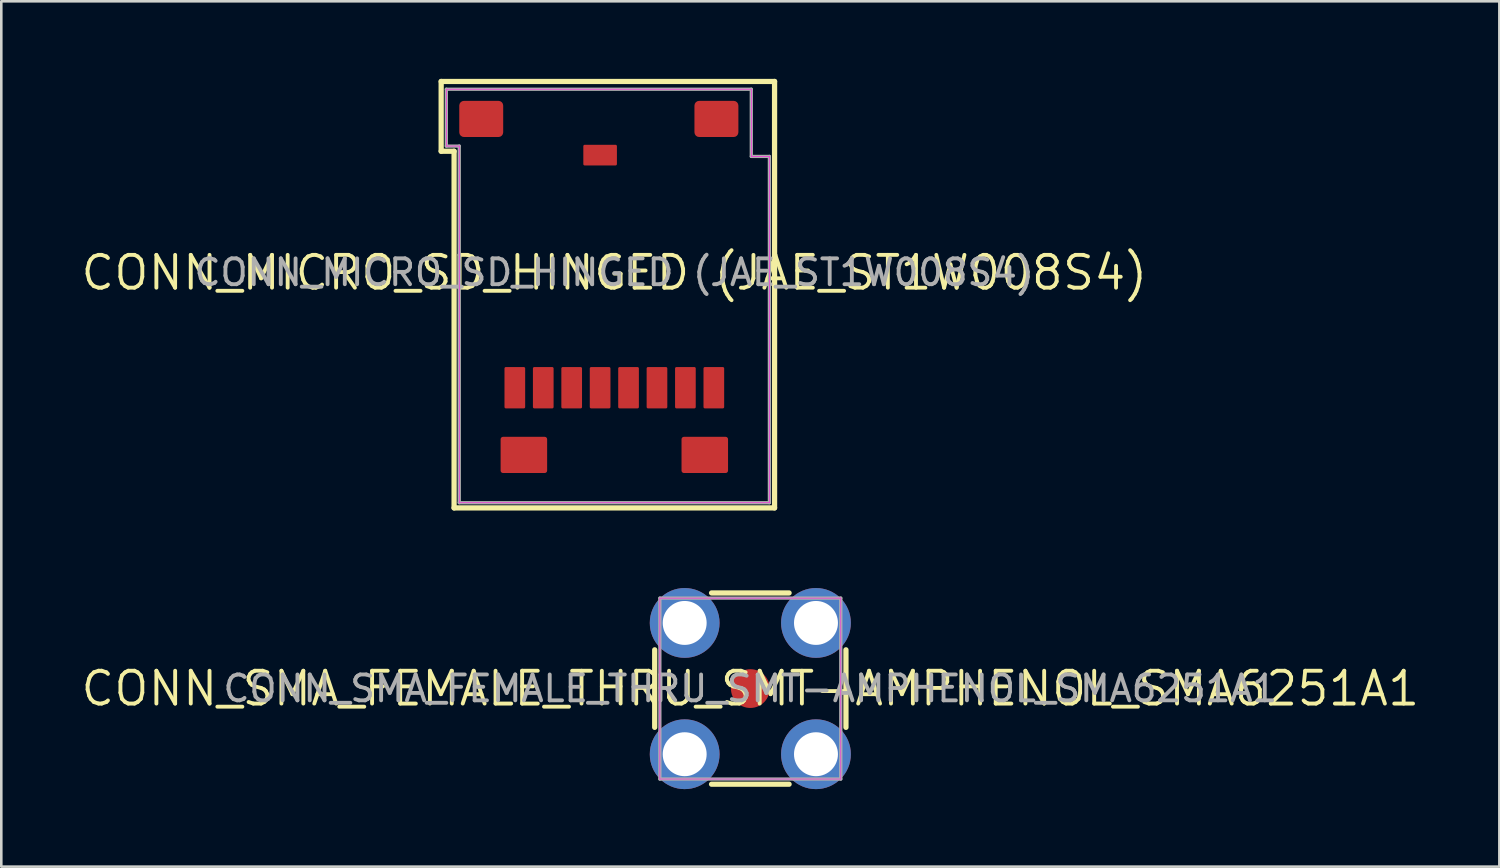
<source format=kicad_pcb>
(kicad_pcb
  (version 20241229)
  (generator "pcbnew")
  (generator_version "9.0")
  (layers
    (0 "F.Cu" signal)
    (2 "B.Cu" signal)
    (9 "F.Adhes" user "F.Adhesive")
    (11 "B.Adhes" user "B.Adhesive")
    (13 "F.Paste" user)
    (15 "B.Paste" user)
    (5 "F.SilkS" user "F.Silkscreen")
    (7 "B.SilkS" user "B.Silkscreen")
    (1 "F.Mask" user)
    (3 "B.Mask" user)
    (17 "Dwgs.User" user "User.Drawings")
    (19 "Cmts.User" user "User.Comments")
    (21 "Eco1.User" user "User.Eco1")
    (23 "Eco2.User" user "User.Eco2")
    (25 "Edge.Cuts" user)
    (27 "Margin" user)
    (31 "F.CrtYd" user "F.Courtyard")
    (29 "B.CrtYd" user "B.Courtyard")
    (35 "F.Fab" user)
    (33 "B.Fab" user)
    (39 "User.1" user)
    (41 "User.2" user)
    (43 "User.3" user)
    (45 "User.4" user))
  (footprint "CONN_SMA_FEMALE_THRU_SMT-AMPHENOL_SMA6251A1"
    (layer "F.Cu")
    (at 25.982 23.593)
    (property "Reference" "CONN_SMA_FEMALE_THRU_SMT-AMPHENOL_SMA6251A1" (at 0 0 0) (layer "F.SilkS") (effects (font (size 1.27 1.27) (thickness 0.15))))
    (fp_line (start -3.7 -1.5) (end -3.7 1.5) (stroke (width 0.203) (type solid)) (layer "F.SilkS"))
    (fp_line (start -1.5 -3.7) (end 1.5 -3.7) (stroke (width 0.203) (type solid)) (layer "F.SilkS"))
    (fp_line (start -1.5 3.7) (end 1.5 3.7) (stroke (width 0.203) (type solid)) (layer "F.SilkS"))
    (fp_line (start 3.7 -1.5) (end 3.7 1.5) (stroke (width 0.203) (type solid)) (layer "F.SilkS"))
    (fp_line (start -3.5 -3.5) (end -3.5 3.5) (stroke (width 0.025) (type solid)) (layer "F.CrtYd"))
    (fp_line (start -3.5 3.5) (end 3.5 3.5) (stroke (width 0.025) (type solid)) (layer "F.CrtYd"))
    (fp_line (start 3.5 -3.5) (end -3.5 -3.5) (stroke (width 0.025) (type solid)) (layer "F.CrtYd"))
    (fp_line (start 3.5 3.5) (end 3.5 -3.5) (stroke (width 0.025) (type solid)) (layer "F.CrtYd"))
    (fp_line (start -3.5 -3.5) (end -3.5 3.5) (stroke (width 0.127) (type solid)) (layer "F.Fab"))
    (fp_line (start -3.5 3.5) (end 3.5 3.5) (stroke (width 0.127) (type solid)) (layer "F.Fab"))
    (fp_line (start 3.5 -3.5) (end -3.5 -3.5) (stroke (width 0.127) (type solid)) (layer "F.Fab"))
    (fp_line (start 3.5 3.5) (end 3.5 -3.5) (stroke (width 0.127) (type solid)) (layer "F.Fab"))
    (fp_text user "${REFERENCE}" (at 0 0 0) (unlocked yes) (layer "F.Fab") (effects (font (size 1 1) (thickness 0.15))))
    (pad "1" smd circle (at 0 0) (size 1.5 1.5) (layers "F.Cu" "F.Mask" "F.Paste"))
    (pad "2" thru_hole circle (at -2.54 2.54) (size 2.7 2.7) (drill 1.7) (layers "*.Cu" "*.Mask"))
    (pad "3" thru_hole circle (at 2.54 2.54) (size 2.7 2.7) (drill 1.7) (layers "*.Cu" "*.Mask"))
    (pad "4" thru_hole circle (at 2.54 -2.54) (size 2.7 2.7) (drill 1.7) (layers "*.Cu" "*.Mask"))
    (pad "5" thru_hole circle (at -2.54 -2.54) (size 2.7 2.7) (drill 1.7) (layers "*.Cu" "*.Mask")))
  (footprint "CONN_MICRO_SD_HINGED (JAE_ST1W008S4)"
    (layer "F.Cu")
    (at 20.72 7.502)
    (property "Reference" "CONN_MICRO_SD_HINGED (JAE_ST1W008S4)" (at 0 0 0) (layer "F.SilkS") (effects (font (size 1.27 1.27) (thickness 0.15))))
    (fp_line (start -6.7 -7.4) (end 6.2 -7.4) (stroke (width 0.203) (type solid)) (layer "F.SilkS"))
    (fp_line (start -6.7 -4.7) (end -6.7 -7.4) (stroke (width 0.203) (type solid)) (layer "F.SilkS"))
    (fp_line (start -6.2 -4.7) (end -6.7 -4.7) (stroke (width 0.203) (type solid)) (layer "F.SilkS"))
    (fp_line (start -6.2 9.1) (end -6.2 -4.7) (stroke (width 0.203) (type solid)) (layer "F.SilkS"))
    (fp_line (start 6.2 -7.4) (end 6.2 9.1) (stroke (width 0.203) (type solid)) (layer "F.SilkS"))
    (fp_line (start 6.2 9.1) (end -6.2 9.1) (stroke (width 0.203) (type solid)) (layer "F.SilkS"))
    (fp_line (start -6.5 -7.1) (end 5.3 -7.1) (stroke (width 0.025) (type solid)) (layer "F.CrtYd"))
    (fp_line (start -6.5 -4.9) (end -6.5 -7.1) (stroke (width 0.025) (type solid)) (layer "F.CrtYd"))
    (fp_line (start -6 -4.9) (end -6.5 -4.9) (stroke (width 0.025) (type solid)) (layer "F.CrtYd"))
    (fp_line (start -6 8.9) (end -6 -4.9) (stroke (width 0.025) (type solid)) (layer "F.CrtYd"))
    (fp_line (start 5.3 -7.1) (end 5.3 -4.5) (stroke (width 0.025) (type solid)) (layer "F.CrtYd"))
    (fp_line (start 5.3 -4.5) (end 6 -4.5) (stroke (width 0.025) (type solid)) (layer "F.CrtYd"))
    (fp_line (start 6 -4.5) (end 6 8.9) (stroke (width 0.025) (type solid)) (layer "F.CrtYd"))
    (fp_line (start 6 8.9) (end -6 8.9) (stroke (width 0.025) (type solid)) (layer "F.CrtYd"))
    (fp_line (start -6.5 -7.1) (end 5.3 -7.1) (stroke (width 0.127) (type solid)) (layer "F.Fab"))
    (fp_line (start -6.5 -4.9) (end -6.5 -7.1) (stroke (width 0.127) (type solid)) (layer "F.Fab"))
    (fp_line (start -6 -4.9) (end -6.5 -4.9) (stroke (width 0.127) (type solid)) (layer "F.Fab"))
    (fp_line (start -6 8.9) (end -6 -4.9) (stroke (width 0.127) (type solid)) (layer "F.Fab"))
    (fp_line (start 5.3 -7.1) (end 5.3 -4.5) (stroke (width 0.127) (type solid)) (layer "F.Fab"))
    (fp_line (start 5.3 -4.5) (end 6 -4.5) (stroke (width 0.127) (type solid)) (layer "F.Fab"))
    (fp_line (start 6 -4.5) (end 6 8.9) (stroke (width 0.127) (type solid)) (layer "F.Fab"))
    (fp_line (start 6 8.9) (end -6 8.9) (stroke (width 0.127) (type solid)) (layer "F.Fab"))
    (fp_text user "${REFERENCE}" (at 0 -0.01 0) (unlocked yes) (layer "F.Fab") (effects (font (size 1 1) (thickness 0.15))))
    (pad "1" smd roundrect (at 3.85 4.45 90) (size 1.6 0.8) (layers "F.Cu" "F.Mask" "F.Paste") (roundrect_rratio 0.066))
    (pad "2" smd roundrect (at 2.75 4.45 90) (size 1.6 0.8) (layers "F.Cu" "F.Mask" "F.Paste") (roundrect_rratio 0.066))
    (pad "3" smd roundrect (at 1.65 4.45 90) (size 1.6 0.8) (layers "F.Cu" "F.Mask" "F.Paste") (roundrect_rratio 0.066))
    (pad "4" smd roundrect (at 0.55 4.45 90) (size 1.6 0.8) (layers "F.Cu" "F.Mask" "F.Paste") (roundrect_rratio 0.066))
    (pad "5" smd roundrect (at -0.55 4.45 90) (size 1.6 0.8) (layers "F.Cu" "F.Mask" "F.Paste") (roundrect_rratio 0.066))
    (pad "6" smd roundrect (at -1.65 4.45 90) (size 1.6 0.8) (layers "F.Cu" "F.Mask" "F.Paste") (roundrect_rratio 0.066))
    (pad "7" smd roundrect (at -2.75 4.45 90) (size 1.6 0.8) (layers "F.Cu" "F.Mask" "F.Paste") (roundrect_rratio 0.066))
    (pad "8" smd roundrect (at -3.85 4.45 90) (size 1.6 0.8) (layers "F.Cu" "F.Mask" "F.Paste") (roundrect_rratio 0.066))
    (pad "9" smd roundrect (at -0.55 -4.55 180) (size 1.3 0.8) (layers "F.Cu" "F.Mask" "F.Paste") (roundrect_rratio 0.066))
    (pad "10" smd roundrect (at 3.5 7.05 180) (size 1.8 1.4) (layers "F.Cu" "F.Mask" "F.Paste") (roundrect_rratio 0.066))
    (pad "11" smd roundrect (at -3.5 7.05 180) (size 1.8 1.4) (layers "F.Cu" "F.Mask" "F.Paste") (roundrect_rratio 0.066))
    (pad "12" smd roundrect (at -5.15 -5.95 180) (size 1.7 1.4) (layers "F.Cu" "F.Mask" "F.Paste") (roundrect_rratio 0.131))
    (pad "13" smd roundrect (at 3.95 -5.95 180) (size 1.7 1.4) (layers "F.Cu" "F.Mask" "F.Paste") (roundrect_rratio 0.131))
    (zone (net_name "") (layer "F.Cu") (name "A0") (hatch none 0.5) (connect_pads) (min_thickness 0.25) (filled_areas_thickness no) (keepout (tracks not_allowed) (vias not_allowed) (pads allowed) (copperpour not_allowed) (footprints allowed)) (placement (enabled no)) (fill) (polygon (pts (xy 14.717 16.202) (xy 19.217 16.202) (xy 19.217 14.602) (xy 18.217 14.602) (xy 18.217 15.302) (xy 16.217 15.302) (xy 16.217 10.402) (xy 25.217 10.402) (xy 25.217 15.302) (xy 23.217 15.302) (xy 23.217 14.602) (xy 22.217 14.602) (xy 22.217 16.202) (xy 26.717 16.202) (xy 26.717 5.202) (xy 25.617 5.202) (xy 25.617 2.302) (xy 23.717 2.302) (xy 23.717 0.402) (xy 16.517 0.402) (xy 16.517 2.302) (xy 14.717 2.302))) (polygon (pts (xy 19.417 3.402) (xy 20.917 3.402) (xy 20.917 2.502) (xy 19.417 2.502)))))
  (gr_rect
    (start -3 -3)
    (end 54.964 30.483)
    (stroke (width 0.1) (type default))
    (fill no)
    (layer "Edge.Cuts")))
</source>
